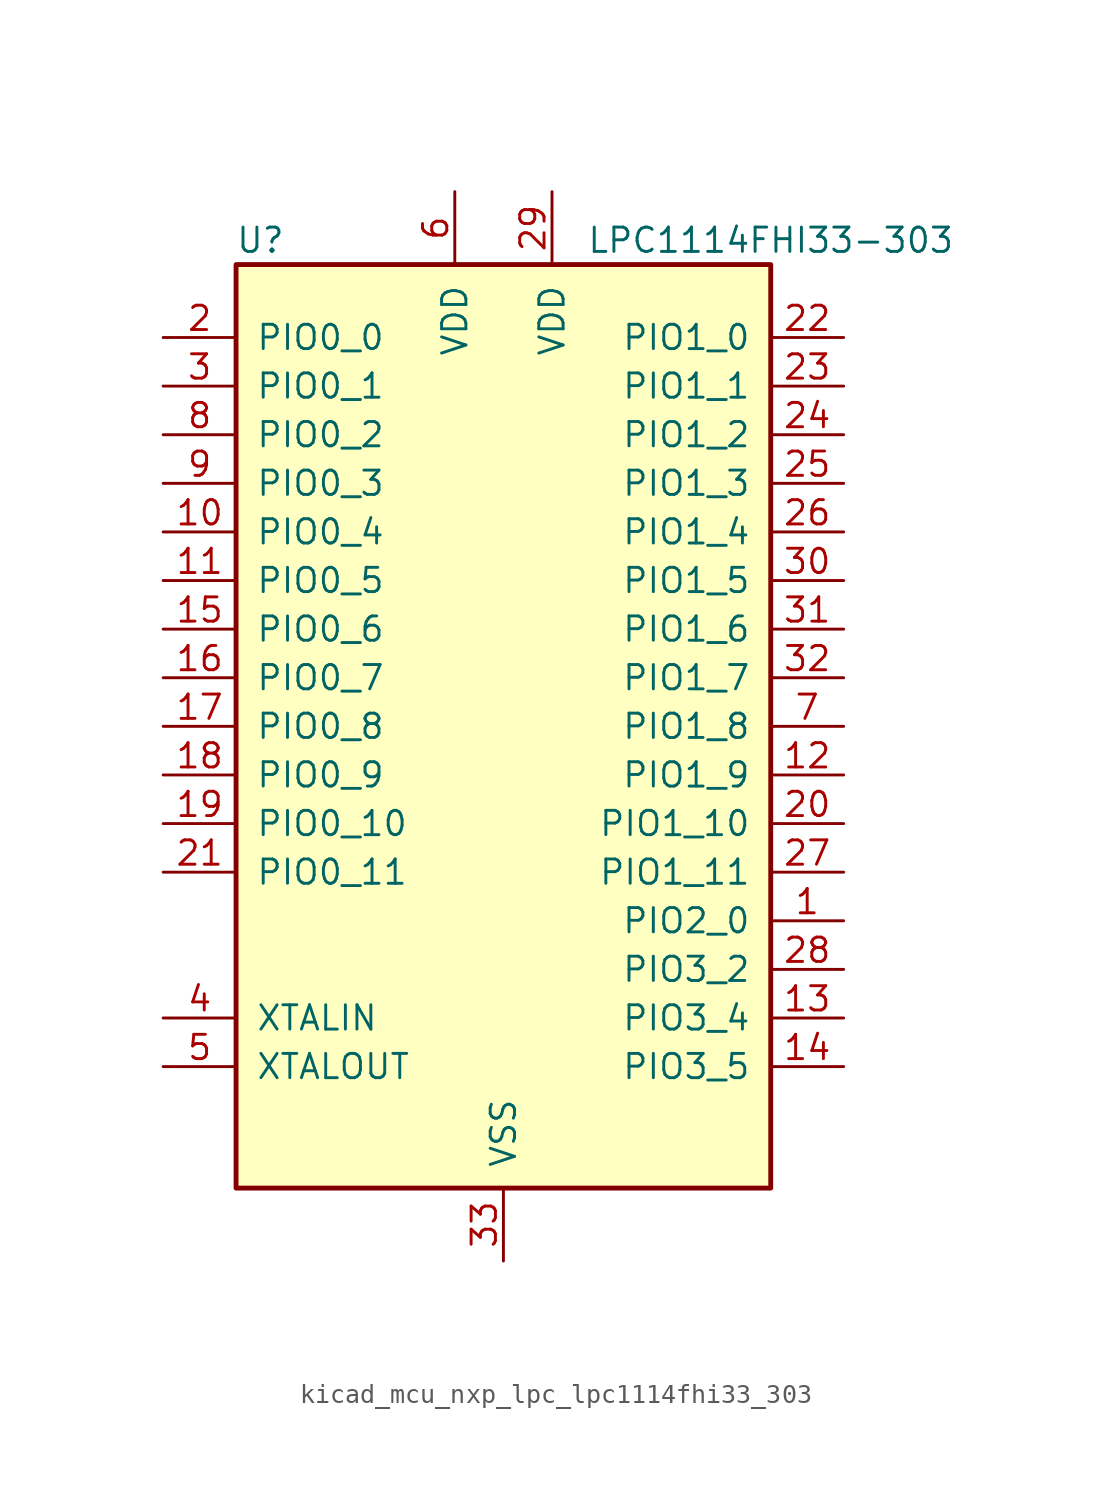
<source format=kicad_sym>
(kicad_symbol_lib
  (version 20220914)
  (generator kicad_symbol_editor)
  (symbol "kicad_mcu_nxp_lpc_lpc1114fhi33_303"
    (pin_names
      (offset 1.016))
    (property "Reference" "U"
      (at -12.7 25.4 0)
      (effects (font (size 1.27 1.27))))
    (property "Value" "LPC1114FHI33-303"
      (at 13.97 25.4 0)
      (effects (font (size 1.27 1.27))))
    (symbol "kicad_mcu_nxp_lpc_lpc1114fhi33_303_0_1"
      (rectangle (start -13.97 24.13) (end 13.97 -24.13) (stroke (width 0.254) (type default)) (fill (type background))))
    (symbol "kicad_mcu_nxp_lpc_lpc1114fhi33_303_1_1"
      (pin bidirectional line (at 17.78 -10.16 180) (length 3.81) (name "PIO2_0" (effects (font (size 1.27 1.27)))) (number "1" (effects (font (size 1.27 1.27)))))
      (pin bidirectional line (at -17.78 10.16 0) (length 3.81) (name "PIO0_4" (effects (font (size 1.27 1.27)))) (number "10" (effects (font (size 1.27 1.27)))))
      (pin bidirectional line (at -17.78 7.62 0) (length 3.81) (name "PIO0_5" (effects (font (size 1.27 1.27)))) (number "11" (effects (font (size 1.27 1.27)))))
      (pin bidirectional line (at 17.78 -2.54 180) (length 3.81) (name "PIO1_9" (effects (font (size 1.27 1.27)))) (number "12" (effects (font (size 1.27 1.27)))))
      (pin bidirectional line (at 17.78 -15.24 180) (length 3.81) (name "PIO3_4" (effects (font (size 1.27 1.27)))) (number "13" (effects (font (size 1.27 1.27)))))
      (pin bidirectional line (at 17.78 -17.78 180) (length 3.81) (name "PIO3_5" (effects (font (size 1.27 1.27)))) (number "14" (effects (font (size 1.27 1.27)))))
      (pin bidirectional line (at -17.78 5.08 0) (length 3.81) (name "PIO0_6" (effects (font (size 1.27 1.27)))) (number "15" (effects (font (size 1.27 1.27)))))
      (pin bidirectional line (at -17.78 2.54 0) (length 3.81) (name "PIO0_7" (effects (font (size 1.27 1.27)))) (number "16" (effects (font (size 1.27 1.27)))))
      (pin bidirectional line (at -17.78 0 0) (length 3.81) (name "PIO0_8" (effects (font (size 1.27 1.27)))) (number "17" (effects (font (size 1.27 1.27)))))
      (pin bidirectional line (at -17.78 -2.54 0) (length 3.81) (name "PIO0_9" (effects (font (size 1.27 1.27)))) (number "18" (effects (font (size 1.27 1.27)))))
      (pin bidirectional line (at -17.78 -5.08 0) (length 3.81) (name "PIO0_10" (effects (font (size 1.27 1.27)))) (number "19" (effects (font (size 1.27 1.27)))))
      (pin bidirectional line (at -17.78 20.32 0) (length 3.81) (name "PIO0_0" (effects (font (size 1.27 1.27)))) (number "2" (effects (font (size 1.27 1.27)))))
      (pin bidirectional line (at 17.78 -5.08 180) (length 3.81) (name "PIO1_10" (effects (font (size 1.27 1.27)))) (number "20" (effects (font (size 1.27 1.27)))))
      (pin bidirectional line (at -17.78 -7.62 0) (length 3.81) (name "PIO0_11" (effects (font (size 1.27 1.27)))) (number "21" (effects (font (size 1.27 1.27)))))
      (pin bidirectional line (at 17.78 20.32 180) (length 3.81) (name "PIO1_0" (effects (font (size 1.27 1.27)))) (number "22" (effects (font (size 1.27 1.27)))))
      (pin bidirectional line (at 17.78 17.78 180) (length 3.81) (name "PIO1_1" (effects (font (size 1.27 1.27)))) (number "23" (effects (font (size 1.27 1.27)))))
      (pin bidirectional line (at 17.78 15.24 180) (length 3.81) (name "PIO1_2" (effects (font (size 1.27 1.27)))) (number "24" (effects (font (size 1.27 1.27)))))
      (pin bidirectional line (at 17.78 12.7 180) (length 3.81) (name "PIO1_3" (effects (font (size 1.27 1.27)))) (number "25" (effects (font (size 1.27 1.27)))))
      (pin bidirectional line (at 17.78 10.16 180) (length 3.81) (name "PIO1_4" (effects (font (size 1.27 1.27)))) (number "26" (effects (font (size 1.27 1.27)))))
      (pin bidirectional line (at 17.78 -7.62 180) (length 3.81) (name "PIO1_11" (effects (font (size 1.27 1.27)))) (number "27" (effects (font (size 1.27 1.27)))))
      (pin bidirectional line (at 17.78 -12.7 180) (length 3.81) (name "PIO3_2" (effects (font (size 1.27 1.27)))) (number "28" (effects (font (size 1.27 1.27)))))
      (pin power_in line (at 2.54 27.94 270) (length 3.81) (name "VDD" (effects (font (size 1.27 1.27)))) (number "29" (effects (font (size 1.27 1.27)))))
      (pin bidirectional line (at -17.78 17.78 0) (length 3.81) (name "PIO0_1" (effects (font (size 1.27 1.27)))) (number "3" (effects (font (size 1.27 1.27)))))
      (pin bidirectional line (at 17.78 7.62 180) (length 3.81) (name "PIO1_5" (effects (font (size 1.27 1.27)))) (number "30" (effects (font (size 1.27 1.27)))))
      (pin bidirectional line (at 17.78 5.08 180) (length 3.81) (name "PIO1_6" (effects (font (size 1.27 1.27)))) (number "31" (effects (font (size 1.27 1.27)))))
      (pin bidirectional line (at 17.78 2.54 180) (length 3.81) (name "PIO1_7" (effects (font (size 1.27 1.27)))) (number "32" (effects (font (size 1.27 1.27)))))
      (pin power_in line (at 0 -27.94 90) (length 3.81) (name "VSS" (effects (font (size 1.27 1.27)))) (number "33" (effects (font (size 1.27 1.27)))))
      (pin input line (at -17.78 -15.24 0) (length 3.81) (name "XTALIN" (effects (font (size 1.27 1.27)))) (number "4" (effects (font (size 1.27 1.27)))))
      (pin output line (at -17.78 -17.78 0) (length 3.81) (name "XTALOUT" (effects (font (size 1.27 1.27)))) (number "5" (effects (font (size 1.27 1.27)))))
      (pin power_in line (at -2.54 27.94 270) (length 3.81) (name "VDD" (effects (font (size 1.27 1.27)))) (number "6" (effects (font (size 1.27 1.27)))))
      (pin bidirectional line (at 17.78 0 180) (length 3.81) (name "PIO1_8" (effects (font (size 1.27 1.27)))) (number "7" (effects (font (size 1.27 1.27)))))
      (pin bidirectional line (at -17.78 15.24 0) (length 3.81) (name "PIO0_2" (effects (font (size 1.27 1.27)))) (number "8" (effects (font (size 1.27 1.27)))))
      (pin bidirectional line (at -17.78 12.7 0) (length 3.81) (name "PIO0_3" (effects (font (size 1.27 1.27)))) (number "9" (effects (font (size 1.27 1.27))))))))
</source>
